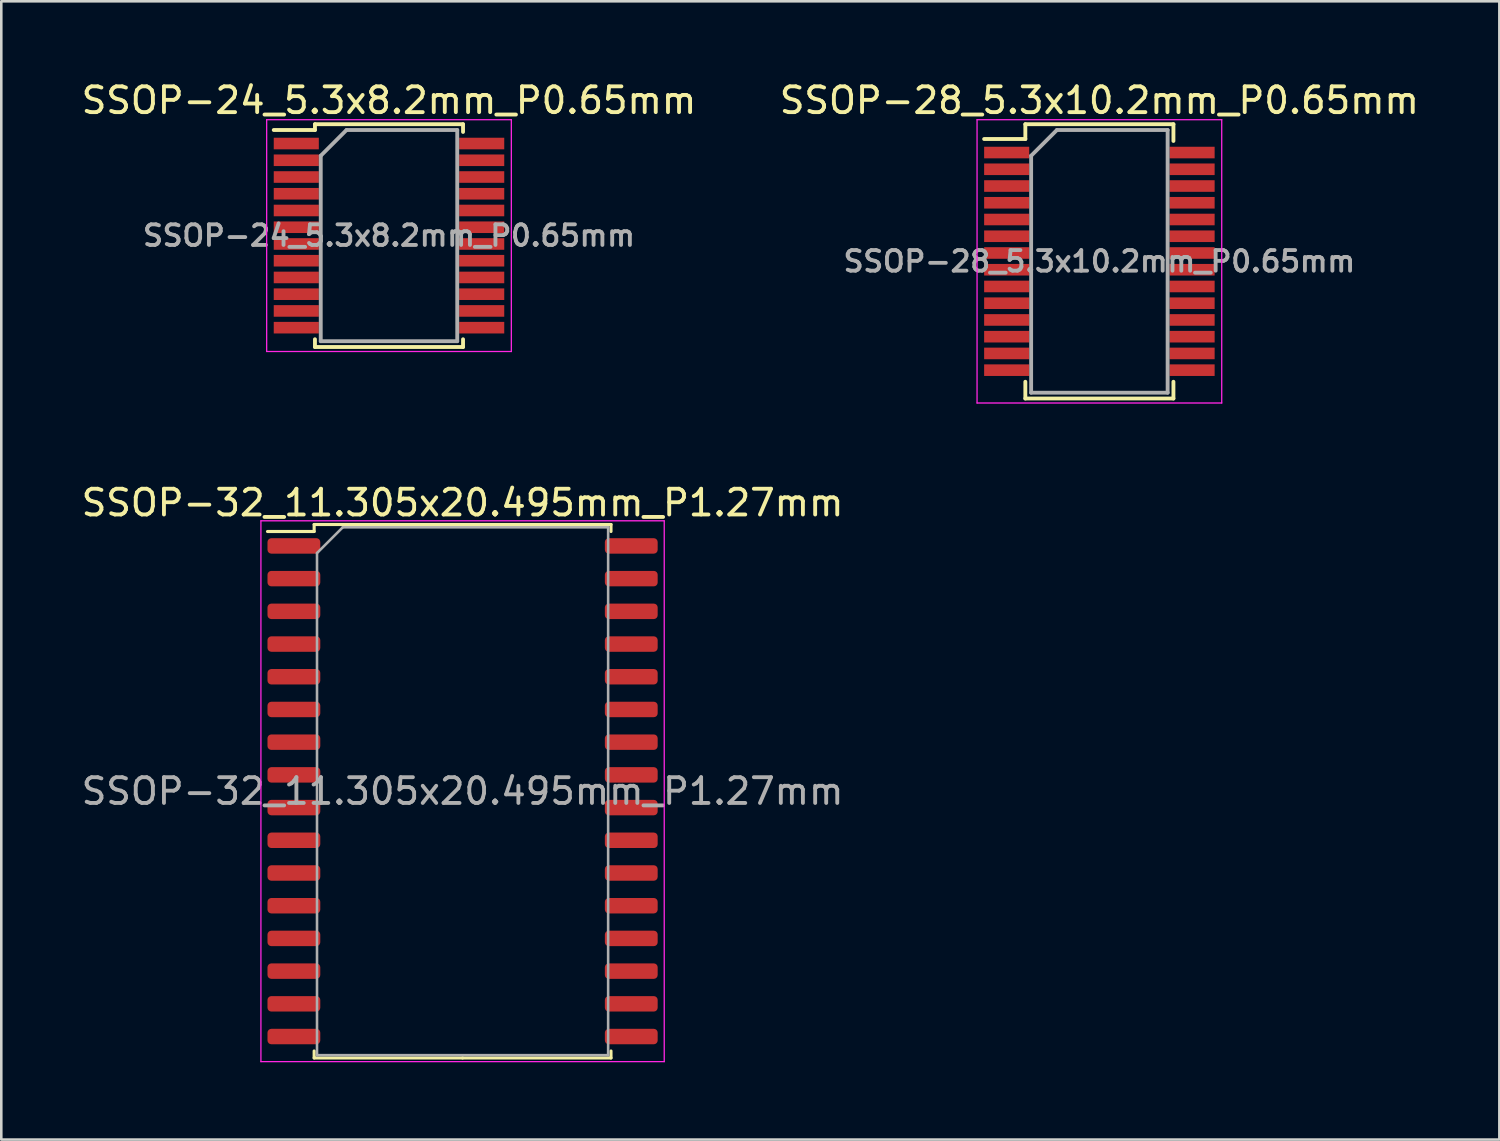
<source format=kicad_pcb>
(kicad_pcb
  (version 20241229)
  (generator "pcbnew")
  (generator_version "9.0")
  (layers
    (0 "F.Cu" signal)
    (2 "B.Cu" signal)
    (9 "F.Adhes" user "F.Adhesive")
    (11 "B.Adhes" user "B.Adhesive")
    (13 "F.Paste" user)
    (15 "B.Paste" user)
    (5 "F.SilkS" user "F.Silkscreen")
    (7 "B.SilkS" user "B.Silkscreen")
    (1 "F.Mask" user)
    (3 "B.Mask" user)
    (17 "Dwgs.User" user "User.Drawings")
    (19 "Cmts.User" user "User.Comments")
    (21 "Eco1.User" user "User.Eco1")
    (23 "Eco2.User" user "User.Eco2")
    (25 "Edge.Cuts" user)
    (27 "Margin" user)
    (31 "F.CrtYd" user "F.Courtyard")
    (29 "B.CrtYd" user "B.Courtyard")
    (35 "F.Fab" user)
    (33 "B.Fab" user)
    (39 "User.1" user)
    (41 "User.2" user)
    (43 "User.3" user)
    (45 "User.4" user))
  (footprint "SSOP-24_5.3x8.2mm_P0.65mm"
    (layer "F.Cu")
    (at 12.054 6.098)
    (property "Reference" "SSOP-24_5.3x8.2mm_P0.65mm" (at 0 -5.25 0) (layer "F.SilkS") (effects (font (size 1 1) (thickness 0.15))))
    (attr smd)
    (fp_line (start -2.875 -4.325) (end -2.875 -4.1) (stroke (width 0.15) (type solid)) (layer "F.SilkS"))
    (fp_line (start -2.875 -4.325) (end 2.875 -4.325) (stroke (width 0.15) (type solid)) (layer "F.SilkS"))
    (fp_line (start -2.875 -4.1) (end -4.475 -4.1) (stroke (width 0.15) (type solid)) (layer "F.SilkS"))
    (fp_line (start -2.875 4.325) (end -2.875 4.025) (stroke (width 0.15) (type solid)) (layer "F.SilkS"))
    (fp_line (start -2.875 4.325) (end 2.875 4.325) (stroke (width 0.15) (type solid)) (layer "F.SilkS"))
    (fp_line (start 2.875 -4.325) (end 2.875 -4.025) (stroke (width 0.15) (type solid)) (layer "F.SilkS"))
    (fp_line (start 2.875 4.325) (end 2.875 4.025) (stroke (width 0.15) (type solid)) (layer "F.SilkS"))
    (fp_line (start -4.75 -4.5) (end -4.75 4.5) (stroke (width 0.05) (type solid)) (layer "F.CrtYd"))
    (fp_line (start -4.75 -4.5) (end 4.75 -4.5) (stroke (width 0.05) (type solid)) (layer "F.CrtYd"))
    (fp_line (start -4.75 4.5) (end 4.75 4.5) (stroke (width 0.05) (type solid)) (layer "F.CrtYd"))
    (fp_line (start 4.75 -4.5) (end 4.75 4.5) (stroke (width 0.05) (type solid)) (layer "F.CrtYd"))
    (fp_line (start -2.65 -3.1) (end -1.65 -4.1) (stroke (width 0.15) (type solid)) (layer "F.Fab"))
    (fp_line (start -2.65 4.1) (end -2.65 -3.1) (stroke (width 0.15) (type solid)) (layer "F.Fab"))
    (fp_line (start -1.65 -4.1) (end 2.65 -4.1) (stroke (width 0.15) (type solid)) (layer "F.Fab"))
    (fp_line (start 2.65 -4.1) (end 2.65 4.1) (stroke (width 0.15) (type solid)) (layer "F.Fab"))
    (fp_line (start 2.65 4.1) (end -2.65 4.1) (stroke (width 0.15) (type solid)) (layer "F.Fab"))
    (fp_text user "${REFERENCE}" (at 0 0 0) (layer "F.Fab") (effects (font (size 0.8 0.8) (thickness 0.15))))
    (pad "1" smd rect (at -3.6 -3.575) (size 1.75 0.45) (layers "F.Cu" "F.Mask" "F.Paste"))
    (pad "2" smd rect (at -3.6 -2.925) (size 1.75 0.45) (layers "F.Cu" "F.Mask" "F.Paste"))
    (pad "3" smd rect (at -3.6 -2.275) (size 1.75 0.45) (layers "F.Cu" "F.Mask" "F.Paste"))
    (pad "4" smd rect (at -3.6 -1.625) (size 1.75 0.45) (layers "F.Cu" "F.Mask" "F.Paste"))
    (pad "5" smd rect (at -3.6 -0.975) (size 1.75 0.45) (layers "F.Cu" "F.Mask" "F.Paste"))
    (pad "6" smd rect (at -3.6 -0.325) (size 1.75 0.45) (layers "F.Cu" "F.Mask" "F.Paste"))
    (pad "7" smd rect (at -3.6 0.325) (size 1.75 0.45) (layers "F.Cu" "F.Mask" "F.Paste"))
    (pad "8" smd rect (at -3.6 0.975) (size 1.75 0.45) (layers "F.Cu" "F.Mask" "F.Paste"))
    (pad "9" smd rect (at -3.6 1.625) (size 1.75 0.45) (layers "F.Cu" "F.Mask" "F.Paste"))
    (pad "10" smd rect (at -3.6 2.275) (size 1.75 0.45) (layers "F.Cu" "F.Mask" "F.Paste"))
    (pad "11" smd rect (at -3.6 2.925) (size 1.75 0.45) (layers "F.Cu" "F.Mask" "F.Paste"))
    (pad "12" smd rect (at -3.6 3.575) (size 1.75 0.45) (layers "F.Cu" "F.Mask" "F.Paste"))
    (pad "13" smd rect (at 3.6 3.575) (size 1.75 0.45) (layers "F.Cu" "F.Mask" "F.Paste"))
    (pad "14" smd rect (at 3.6 2.925) (size 1.75 0.45) (layers "F.Cu" "F.Mask" "F.Paste"))
    (pad "15" smd rect (at 3.6 2.275) (size 1.75 0.45) (layers "F.Cu" "F.Mask" "F.Paste"))
    (pad "16" smd rect (at 3.6 1.625) (size 1.75 0.45) (layers "F.Cu" "F.Mask" "F.Paste"))
    (pad "17" smd rect (at 3.6 0.975) (size 1.75 0.45) (layers "F.Cu" "F.Mask" "F.Paste"))
    (pad "18" smd rect (at 3.6 0.325) (size 1.75 0.45) (layers "F.Cu" "F.Mask" "F.Paste"))
    (pad "19" smd rect (at 3.6 -0.325) (size 1.75 0.45) (layers "F.Cu" "F.Mask" "F.Paste"))
    (pad "20" smd rect (at 3.6 -0.975) (size 1.75 0.45) (layers "F.Cu" "F.Mask" "F.Paste"))
    (pad "21" smd rect (at 3.6 -1.625) (size 1.75 0.45) (layers "F.Cu" "F.Mask" "F.Paste"))
    (pad "22" smd rect (at 3.6 -2.275) (size 1.75 0.45) (layers "F.Cu" "F.Mask" "F.Paste"))
    (pad "23" smd rect (at 3.6 -2.925) (size 1.75 0.45) (layers "F.Cu" "F.Mask" "F.Paste"))
    (pad "24" smd rect (at 3.6 -3.575) (size 1.75 0.45) (layers "F.Cu" "F.Mask" "F.Paste")))
  (footprint "SSOP-28_5.3x10.2mm_P0.65mm"
    (layer "F.Cu")
    (at 39.637 7.098)
    (property "Reference" "SSOP-28_5.3x10.2mm_P0.65mm" (at 0 -6.25 0) (layer "F.SilkS") (effects (font (size 1 1) (thickness 0.15))))
    (attr smd)
    (fp_line (start -2.875 -5.325) (end -2.875 -4.75) (stroke (width 0.15) (type solid)) (layer "F.SilkS"))
    (fp_line (start -2.875 -5.325) (end 2.875 -5.325) (stroke (width 0.15) (type solid)) (layer "F.SilkS"))
    (fp_line (start -2.875 -4.75) (end -4.475 -4.75) (stroke (width 0.15) (type solid)) (layer "F.SilkS"))
    (fp_line (start -2.875 5.325) (end -2.875 4.675) (stroke (width 0.15) (type solid)) (layer "F.SilkS"))
    (fp_line (start -2.875 5.325) (end 2.875 5.325) (stroke (width 0.15) (type solid)) (layer "F.SilkS"))
    (fp_line (start 2.875 -5.325) (end 2.875 -4.675) (stroke (width 0.15) (type solid)) (layer "F.SilkS"))
    (fp_line (start 2.875 5.325) (end 2.875 4.675) (stroke (width 0.15) (type solid)) (layer "F.SilkS"))
    (fp_line (start -4.75 -5.5) (end -4.75 5.5) (stroke (width 0.05) (type solid)) (layer "F.CrtYd"))
    (fp_line (start -4.75 -5.5) (end 4.75 -5.5) (stroke (width 0.05) (type solid)) (layer "F.CrtYd"))
    (fp_line (start -4.75 5.5) (end 4.75 5.5) (stroke (width 0.05) (type solid)) (layer "F.CrtYd"))
    (fp_line (start 4.75 -5.5) (end 4.75 5.5) (stroke (width 0.05) (type solid)) (layer "F.CrtYd"))
    (fp_line (start -2.65 -4.1) (end -1.65 -5.1) (stroke (width 0.15) (type solid)) (layer "F.Fab"))
    (fp_line (start -2.65 5.1) (end -2.65 -4.1) (stroke (width 0.15) (type solid)) (layer "F.Fab"))
    (fp_line (start -1.65 -5.1) (end 2.65 -5.1) (stroke (width 0.15) (type solid)) (layer "F.Fab"))
    (fp_line (start 2.65 -5.1) (end 2.65 5.1) (stroke (width 0.15) (type solid)) (layer "F.Fab"))
    (fp_line (start 2.65 5.1) (end -2.65 5.1) (stroke (width 0.15) (type solid)) (layer "F.Fab"))
    (fp_text user "${REFERENCE}" (at 0 0 0) (layer "F.Fab") (effects (font (size 0.8 0.8) (thickness 0.15))))
    (pad "1" smd rect (at -3.6 -4.225) (size 1.75 0.45) (layers "F.Cu" "F.Mask" "F.Paste"))
    (pad "2" smd rect (at -3.6 -3.575) (size 1.75 0.45) (layers "F.Cu" "F.Mask" "F.Paste"))
    (pad "3" smd rect (at -3.6 -2.925) (size 1.75 0.45) (layers "F.Cu" "F.Mask" "F.Paste"))
    (pad "4" smd rect (at -3.6 -2.275) (size 1.75 0.45) (layers "F.Cu" "F.Mask" "F.Paste"))
    (pad "5" smd rect (at -3.6 -1.625) (size 1.75 0.45) (layers "F.Cu" "F.Mask" "F.Paste"))
    (pad "6" smd rect (at -3.6 -0.975) (size 1.75 0.45) (layers "F.Cu" "F.Mask" "F.Paste"))
    (pad "7" smd rect (at -3.6 -0.325) (size 1.75 0.45) (layers "F.Cu" "F.Mask" "F.Paste"))
    (pad "8" smd rect (at -3.6 0.325) (size 1.75 0.45) (layers "F.Cu" "F.Mask" "F.Paste"))
    (pad "9" smd rect (at -3.6 0.975) (size 1.75 0.45) (layers "F.Cu" "F.Mask" "F.Paste"))
    (pad "10" smd rect (at -3.6 1.625) (size 1.75 0.45) (layers "F.Cu" "F.Mask" "F.Paste"))
    (pad "11" smd rect (at -3.6 2.275) (size 1.75 0.45) (layers "F.Cu" "F.Mask" "F.Paste"))
    (pad "12" smd rect (at -3.6 2.925) (size 1.75 0.45) (layers "F.Cu" "F.Mask" "F.Paste"))
    (pad "13" smd rect (at -3.6 3.575) (size 1.75 0.45) (layers "F.Cu" "F.Mask" "F.Paste"))
    (pad "14" smd rect (at -3.6 4.225) (size 1.75 0.45) (layers "F.Cu" "F.Mask" "F.Paste"))
    (pad "15" smd rect (at 3.6 4.225) (size 1.75 0.45) (layers "F.Cu" "F.Mask" "F.Paste"))
    (pad "16" smd rect (at 3.6 3.575) (size 1.75 0.45) (layers "F.Cu" "F.Mask" "F.Paste"))
    (pad "17" smd rect (at 3.6 2.925) (size 1.75 0.45) (layers "F.Cu" "F.Mask" "F.Paste"))
    (pad "18" smd rect (at 3.6 2.275) (size 1.75 0.45) (layers "F.Cu" "F.Mask" "F.Paste"))
    (pad "19" smd rect (at 3.6 1.625) (size 1.75 0.45) (layers "F.Cu" "F.Mask" "F.Paste"))
    (pad "20" smd rect (at 3.6 0.975) (size 1.75 0.45) (layers "F.Cu" "F.Mask" "F.Paste"))
    (pad "21" smd rect (at 3.6 0.325) (size 1.75 0.45) (layers "F.Cu" "F.Mask" "F.Paste"))
    (pad "22" smd rect (at 3.6 -0.325) (size 1.75 0.45) (layers "F.Cu" "F.Mask" "F.Paste"))
    (pad "23" smd rect (at 3.6 -0.975) (size 1.75 0.45) (layers "F.Cu" "F.Mask" "F.Paste"))
    (pad "24" smd rect (at 3.6 -1.625) (size 1.75 0.45) (layers "F.Cu" "F.Mask" "F.Paste"))
    (pad "25" smd rect (at 3.6 -2.275) (size 1.75 0.45) (layers "F.Cu" "F.Mask" "F.Paste"))
    (pad "26" smd rect (at 3.6 -2.925) (size 1.75 0.45) (layers "F.Cu" "F.Mask" "F.Paste"))
    (pad "27" smd rect (at 3.6 -3.575) (size 1.75 0.45) (layers "F.Cu" "F.Mask" "F.Paste"))
    (pad "28" smd rect (at 3.6 -4.225) (size 1.75 0.45) (layers "F.Cu" "F.Mask" "F.Paste")))
  (footprint "SSOP-32_11.305x20.495mm_P1.27mm"
    (layer "F.Cu")
    (at 14.911 27.672)
    (property "Reference" "SSOP-32_11.305x20.495mm_P1.27mm" (at 0 -11.2 0) (layer "F.SilkS") (effects (font (size 1 1) (thickness 0.15))))
    (attr smd)
    (fp_line (start -5.763 -10.357) (end -5.763 -10.085) (stroke (width 0.12) (type solid)) (layer "F.SilkS"))
    (fp_line (start -5.763 -10.085) (end -7.575 -10.085) (stroke (width 0.12) (type solid)) (layer "F.SilkS"))
    (fp_line (start -5.763 10.357) (end -5.763 10.085) (stroke (width 0.12) (type solid)) (layer "F.SilkS"))
    (fp_line (start 0 -10.357) (end -5.763 -10.357) (stroke (width 0.12) (type solid)) (layer "F.SilkS"))
    (fp_line (start 0 -10.357) (end 5.763 -10.357) (stroke (width 0.12) (type solid)) (layer "F.SilkS"))
    (fp_line (start 0 10.357) (end -5.763 10.357) (stroke (width 0.12) (type solid)) (layer "F.SilkS"))
    (fp_line (start 0 10.357) (end 5.763 10.357) (stroke (width 0.12) (type solid)) (layer "F.SilkS"))
    (fp_line (start 5.763 -10.357) (end 5.763 -10.085) (stroke (width 0.12) (type solid)) (layer "F.SilkS"))
    (fp_line (start 5.763 10.357) (end 5.763 10.085) (stroke (width 0.12) (type solid)) (layer "F.SilkS"))
    (fp_line (start -7.83 -10.5) (end -7.83 10.5) (stroke (width 0.05) (type solid)) (layer "F.CrtYd"))
    (fp_line (start -7.83 10.5) (end 7.83 10.5) (stroke (width 0.05) (type solid)) (layer "F.CrtYd"))
    (fp_line (start 7.83 -10.5) (end -7.83 -10.5) (stroke (width 0.05) (type solid)) (layer "F.CrtYd"))
    (fp_line (start 7.83 10.5) (end 7.83 -10.5) (stroke (width 0.05) (type solid)) (layer "F.CrtYd"))
    (fp_line (start -5.652 -9.248) (end -4.652 -10.248) (stroke (width 0.1) (type solid)) (layer "F.Fab"))
    (fp_line (start -5.652 10.248) (end -5.652 -9.248) (stroke (width 0.1) (type solid)) (layer "F.Fab"))
    (fp_line (start -4.652 -10.248) (end 5.652 -10.248) (stroke (width 0.1) (type solid)) (layer "F.Fab"))
    (fp_line (start 5.652 -10.248) (end 5.652 10.248) (stroke (width 0.1) (type solid)) (layer "F.Fab"))
    (fp_line (start 5.652 10.248) (end -5.652 10.248) (stroke (width 0.1) (type solid)) (layer "F.Fab"))
    (fp_text user "${REFERENCE}" (at 0 0 0) (layer "F.Fab") (effects (font (size 1 1) (thickness 0.15))))
    (pad "1" smd roundrect (at -6.55 -9.525) (size 2.05 0.6) (layers "F.Cu" "F.Mask" "F.Paste") (roundrect_rratio 0.25))
    (pad "2" smd roundrect (at -6.55 -8.255) (size 2.05 0.6) (layers "F.Cu" "F.Mask" "F.Paste") (roundrect_rratio 0.25))
    (pad "3" smd roundrect (at -6.55 -6.985) (size 2.05 0.6) (layers "F.Cu" "F.Mask" "F.Paste") (roundrect_rratio 0.25))
    (pad "4" smd roundrect (at -6.55 -5.715) (size 2.05 0.6) (layers "F.Cu" "F.Mask" "F.Paste") (roundrect_rratio 0.25))
    (pad "5" smd roundrect (at -6.55 -4.445) (size 2.05 0.6) (layers "F.Cu" "F.Mask" "F.Paste") (roundrect_rratio 0.25))
    (pad "6" smd roundrect (at -6.55 -3.175) (size 2.05 0.6) (layers "F.Cu" "F.Mask" "F.Paste") (roundrect_rratio 0.25))
    (pad "7" smd roundrect (at -6.55 -1.905) (size 2.05 0.6) (layers "F.Cu" "F.Mask" "F.Paste") (roundrect_rratio 0.25))
    (pad "8" smd roundrect (at -6.55 -0.635) (size 2.05 0.6) (layers "F.Cu" "F.Mask" "F.Paste") (roundrect_rratio 0.25))
    (pad "9" smd roundrect (at -6.55 0.635) (size 2.05 0.6) (layers "F.Cu" "F.Mask" "F.Paste") (roundrect_rratio 0.25))
    (pad "10" smd roundrect (at -6.55 1.905) (size 2.05 0.6) (layers "F.Cu" "F.Mask" "F.Paste") (roundrect_rratio 0.25))
    (pad "11" smd roundrect (at -6.55 3.175) (size 2.05 0.6) (layers "F.Cu" "F.Mask" "F.Paste") (roundrect_rratio 0.25))
    (pad "12" smd roundrect (at -6.55 4.445) (size 2.05 0.6) (layers "F.Cu" "F.Mask" "F.Paste") (roundrect_rratio 0.25))
    (pad "13" smd roundrect (at -6.55 5.715) (size 2.05 0.6) (layers "F.Cu" "F.Mask" "F.Paste") (roundrect_rratio 0.25))
    (pad "14" smd roundrect (at -6.55 6.985) (size 2.05 0.6) (layers "F.Cu" "F.Mask" "F.Paste") (roundrect_rratio 0.25))
    (pad "15" smd roundrect (at -6.55 8.255) (size 2.05 0.6) (layers "F.Cu" "F.Mask" "F.Paste") (roundrect_rratio 0.25))
    (pad "16" smd roundrect (at -6.55 9.525) (size 2.05 0.6) (layers "F.Cu" "F.Mask" "F.Paste") (roundrect_rratio 0.25))
    (pad "17" smd roundrect (at 6.55 9.525) (size 2.05 0.6) (layers "F.Cu" "F.Mask" "F.Paste") (roundrect_rratio 0.25))
    (pad "18" smd roundrect (at 6.55 8.255) (size 2.05 0.6) (layers "F.Cu" "F.Mask" "F.Paste") (roundrect_rratio 0.25))
    (pad "19" smd roundrect (at 6.55 6.985) (size 2.05 0.6) (layers "F.Cu" "F.Mask" "F.Paste") (roundrect_rratio 0.25))
    (pad "20" smd roundrect (at 6.55 5.715) (size 2.05 0.6) (layers "F.Cu" "F.Mask" "F.Paste") (roundrect_rratio 0.25))
    (pad "21" smd roundrect (at 6.55 4.445) (size 2.05 0.6) (layers "F.Cu" "F.Mask" "F.Paste") (roundrect_rratio 0.25))
    (pad "22" smd roundrect (at 6.55 3.175) (size 2.05 0.6) (layers "F.Cu" "F.Mask" "F.Paste") (roundrect_rratio 0.25))
    (pad "23" smd roundrect (at 6.55 1.905) (size 2.05 0.6) (layers "F.Cu" "F.Mask" "F.Paste") (roundrect_rratio 0.25))
    (pad "24" smd roundrect (at 6.55 0.635) (size 2.05 0.6) (layers "F.Cu" "F.Mask" "F.Paste") (roundrect_rratio 0.25))
    (pad "25" smd roundrect (at 6.55 -0.635) (size 2.05 0.6) (layers "F.Cu" "F.Mask" "F.Paste") (roundrect_rratio 0.25))
    (pad "26" smd roundrect (at 6.55 -1.905) (size 2.05 0.6) (layers "F.Cu" "F.Mask" "F.Paste") (roundrect_rratio 0.25))
    (pad "27" smd roundrect (at 6.55 -3.175) (size 2.05 0.6) (layers "F.Cu" "F.Mask" "F.Paste") (roundrect_rratio 0.25))
    (pad "28" smd roundrect (at 6.55 -4.445) (size 2.05 0.6) (layers "F.Cu" "F.Mask" "F.Paste") (roundrect_rratio 0.25))
    (pad "29" smd roundrect (at 6.55 -5.715) (size 2.05 0.6) (layers "F.Cu" "F.Mask" "F.Paste") (roundrect_rratio 0.25))
    (pad "30" smd roundrect (at 6.55 -6.985) (size 2.05 0.6) (layers "F.Cu" "F.Mask" "F.Paste") (roundrect_rratio 0.25))
    (pad "31" smd roundrect (at 6.55 -8.255) (size 2.05 0.6) (layers "F.Cu" "F.Mask" "F.Paste") (roundrect_rratio 0.25))
    (pad "32" smd roundrect (at 6.55 -9.525) (size 2.05 0.6) (layers "F.Cu" "F.Mask" "F.Paste") (roundrect_rratio 0.25)))
  (gr_rect
    (start -3 -3)
    (end 55.167 41.197)
    (stroke (width 0.1) (type default))
    (fill no)
    (layer "Edge.Cuts")))
</source>
